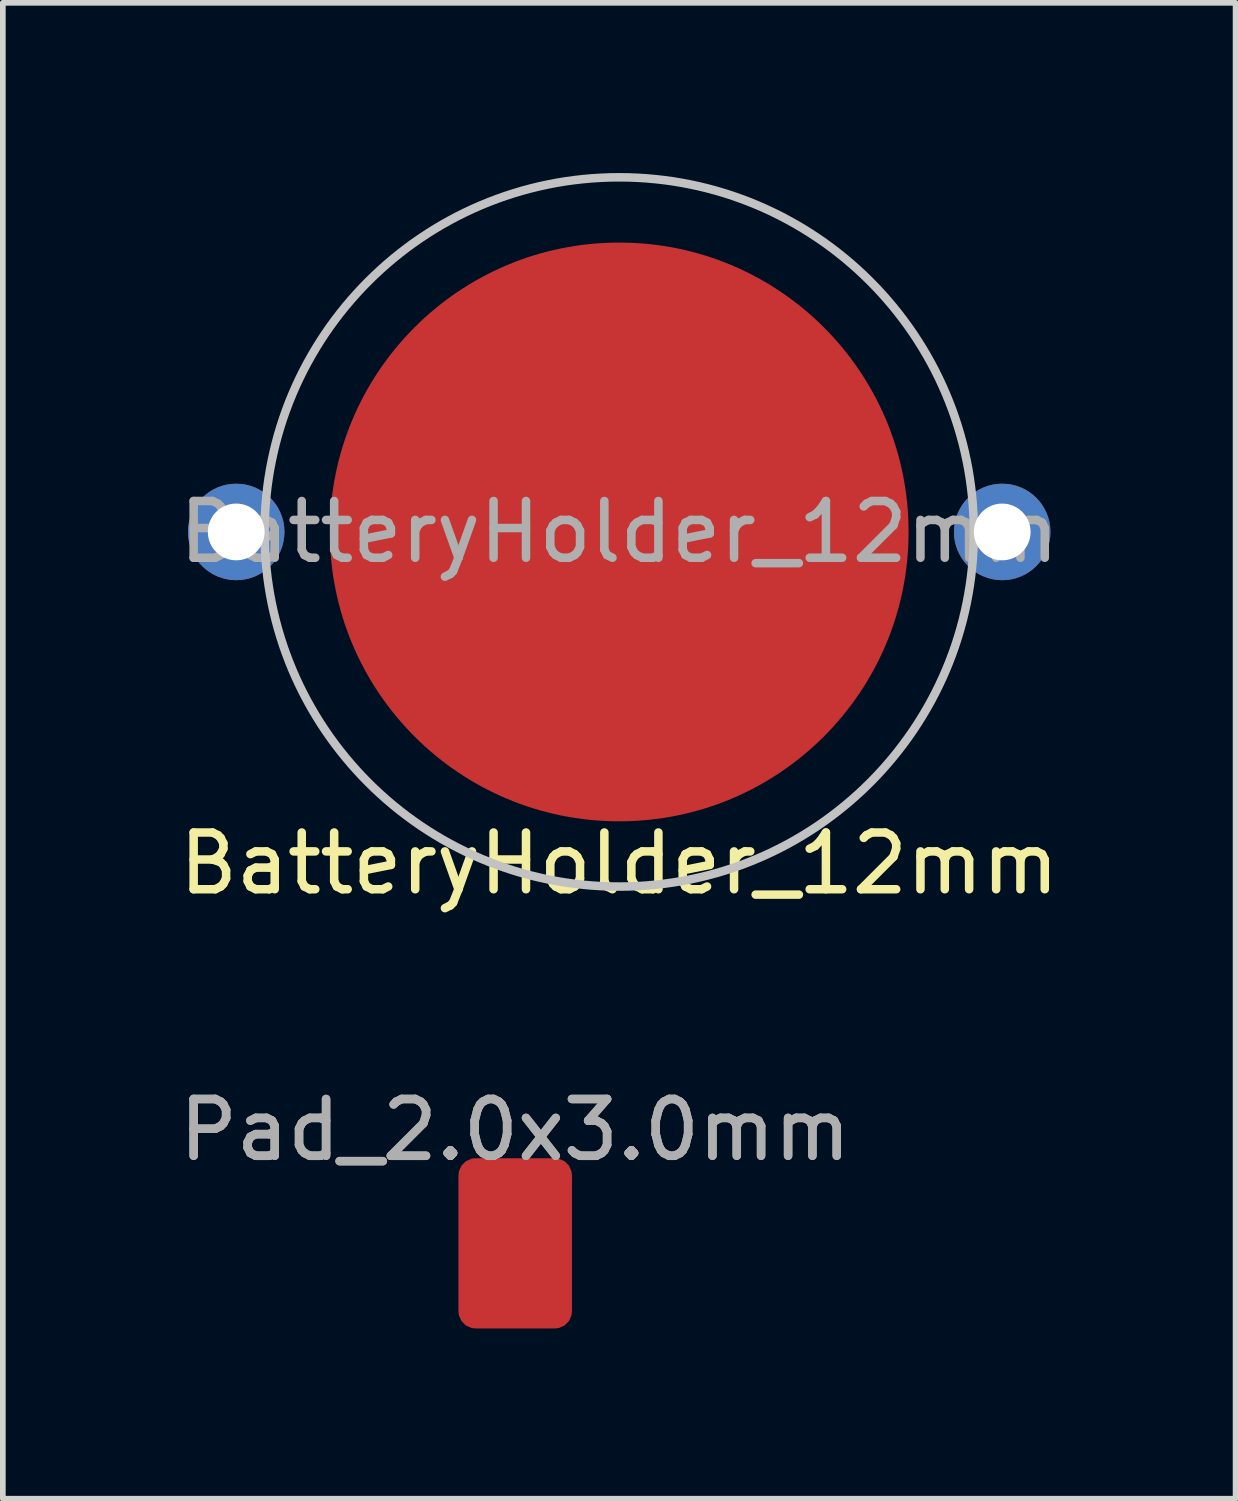
<source format=kicad_pcb>
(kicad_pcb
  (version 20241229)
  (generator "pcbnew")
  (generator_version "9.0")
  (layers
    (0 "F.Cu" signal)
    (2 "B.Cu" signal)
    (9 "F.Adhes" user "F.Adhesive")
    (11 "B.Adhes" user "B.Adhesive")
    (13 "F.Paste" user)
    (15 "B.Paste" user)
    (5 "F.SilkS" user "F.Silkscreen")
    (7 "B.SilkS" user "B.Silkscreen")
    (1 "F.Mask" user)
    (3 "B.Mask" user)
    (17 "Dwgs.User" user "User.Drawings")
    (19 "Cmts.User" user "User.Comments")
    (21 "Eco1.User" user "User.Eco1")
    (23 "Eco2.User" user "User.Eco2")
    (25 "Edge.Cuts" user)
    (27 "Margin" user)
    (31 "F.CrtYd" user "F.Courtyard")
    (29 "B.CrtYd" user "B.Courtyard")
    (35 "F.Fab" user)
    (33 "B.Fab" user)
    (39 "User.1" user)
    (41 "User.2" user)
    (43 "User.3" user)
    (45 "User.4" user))
  (footprint "Pad_2.0x3.0mm"
    (layer "F.Cu")
    (at 6.03 18.863)
    (property "Reference" "Pad_2.0x3.0mm" (at 0 -1.998 0) (layer "F.Fab") (effects (font (size 1 1) (thickness 0.15))))
    (attr exclude_from_pos_files exclude_from_bom)
    (fp_text user "${REFERENCE}" (at 0 -2 0) (layer "F.Fab") (effects (font (size 1 1) (thickness 0.15))))
    (pad "1" smd roundrect (at 0 0) (size 2 3) (layers "F.Cu" "F.Mask") (roundrect_rratio 0.15)))
  (footprint "BatteryHolder_12mm"
    (layer "F.Cu")
    (at 7.863 6.325)
    (property "Reference" "BatteryHolder_12mm" (at 0 5.842 0) (layer "F.SilkS") (effects (font (size 1 1) (thickness 0.15))))
    (attr smd)
    (fp_circle (center 0 0) (end 6.25 0) (stroke (width 0.12) (type solid)) (fill no) (layer "F.SilkS"))
    (fp_circle (center 0 0) (end 6.25 0) (stroke (width 0.15) (type solid)) (fill no) (layer "Dwgs.User"))
    (fp_text user "${REFERENCE}" (at 0 0 0) (layer "F.Fab") (effects (font (size 1 1) (thickness 0.15))))
    (pad "1" thru_hole circle (at -6.75 0) (size 1.7 1.7) (drill 1) (layers "*.Cu" "*.Mask"))
    (pad "1" thru_hole circle (at 6.75 0) (size 1.7 1.7) (drill 1) (layers "*.Cu" "*.Mask"))
    (pad "2" smd circle (at 0 0) (size 10.2 10.2) (layers "F.Cu" "F.Mask")))
  (gr_rect
    (start -3 -3)
    (end 18.726 23.363)
    (stroke (width 0.1) (type default))
    (fill no)
    (layer "Edge.Cuts")))
</source>
